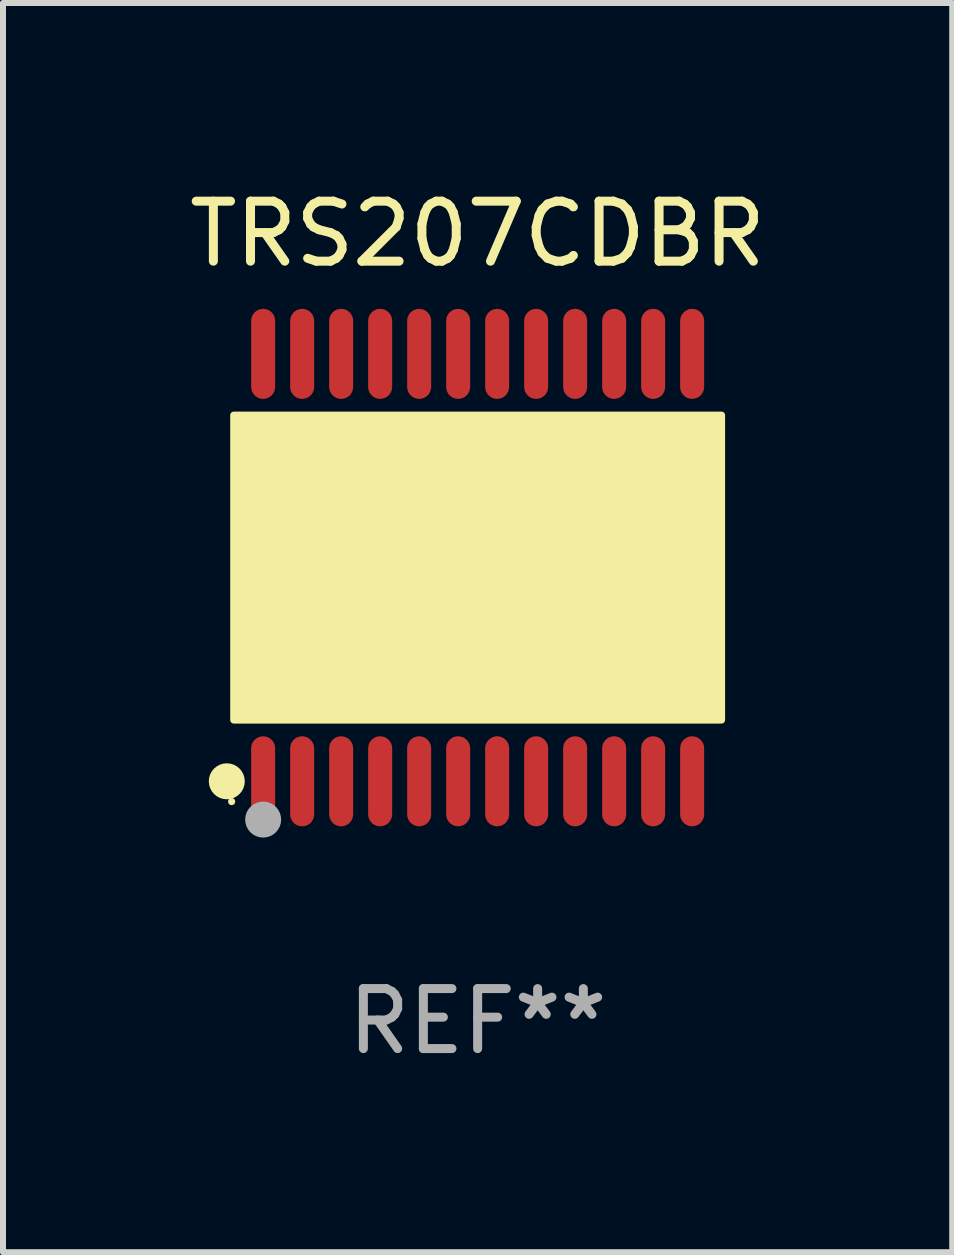
<source format=kicad_pcb>
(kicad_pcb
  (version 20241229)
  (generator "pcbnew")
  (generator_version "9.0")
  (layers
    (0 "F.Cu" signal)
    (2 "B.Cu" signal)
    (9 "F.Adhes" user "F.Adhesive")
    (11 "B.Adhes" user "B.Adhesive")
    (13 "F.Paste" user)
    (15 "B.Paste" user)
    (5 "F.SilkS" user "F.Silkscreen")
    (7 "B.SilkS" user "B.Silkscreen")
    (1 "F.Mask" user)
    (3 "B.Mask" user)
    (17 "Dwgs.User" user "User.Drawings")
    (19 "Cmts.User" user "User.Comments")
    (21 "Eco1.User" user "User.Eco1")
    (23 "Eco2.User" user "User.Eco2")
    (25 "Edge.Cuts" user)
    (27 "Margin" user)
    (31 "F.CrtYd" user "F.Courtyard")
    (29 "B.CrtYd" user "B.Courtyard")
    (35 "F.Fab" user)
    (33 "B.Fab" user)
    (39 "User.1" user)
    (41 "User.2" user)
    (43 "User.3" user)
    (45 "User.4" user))
  (footprint "TRS207CDBR"
    (layer "F.Cu")
    (at 4.911 6.41)
    (property "Reference" "TRS207CDBR" (at 0 -5.562 0) (layer "F.SilkS") (effects (font (size 1 1) (thickness 0.15))))
    (attr through_hole)
    (fp_circle (center -4.181 3.562) (end -4.031 3.562) (stroke (width 0.3) (type solid)) (fill no) (layer "F.SilkS"))
    (fp_circle (center -4.1 3.9) (end -4.07 3.9) (stroke (width 0.06) (type solid)) (fill no) (layer "F.SilkS"))
    (fp_circle (center -3.575 1.819) (end -3.425 1.819) (stroke (width 0.3) (type solid)) (fill no) (layer "F.SilkS"))
    (fp_poly (pts (xy -4.064 -2.54) (xy 4.064 -2.54) (xy 4.064 2.54) (xy -4.064 2.54)) (stroke (width 0.12) (type solid)) (fill yes) (layer "F.SilkS"))
    (fp_circle (center -3.575 4.2) (end -3.425 4.2) (stroke (width 0.3) (type solid)) (fill no) (layer "F.Fab"))
    (fp_text user "REF**" (at 0 7.562 0) (layer "F.Fab") (effects (font (size 1 1) (thickness 0.15))))
    (pad "1" smd oval (at -3.575 3.562) (size 0.4 1.5) (layers "F.Cu" "F.Mask" "F.Paste"))
    (pad "2" smd oval (at -2.925 3.562) (size 0.4 1.5) (layers "F.Cu" "F.Mask" "F.Paste"))
    (pad "3" smd oval (at -2.275 3.562) (size 0.4 1.5) (layers "F.Cu" "F.Mask" "F.Paste"))
    (pad "4" smd oval (at -1.625 3.562) (size 0.4 1.5) (layers "F.Cu" "F.Mask" "F.Paste"))
    (pad "5" smd oval (at -0.975 3.562) (size 0.4 1.5) (layers "F.Cu" "F.Mask" "F.Paste"))
    (pad "6" smd oval (at -0.325 3.562) (size 0.4 1.5) (layers "F.Cu" "F.Mask" "F.Paste"))
    (pad "7" smd oval (at 0.325 3.562) (size 0.4 1.5) (layers "F.Cu" "F.Mask" "F.Paste"))
    (pad "8" smd oval (at 0.975 3.562) (size 0.4 1.5) (layers "F.Cu" "F.Mask" "F.Paste"))
    (pad "9" smd oval (at 1.625 3.562) (size 0.4 1.5) (layers "F.Cu" "F.Mask" "F.Paste"))
    (pad "10" smd oval (at 2.275 3.562) (size 0.4 1.5) (layers "F.Cu" "F.Mask" "F.Paste"))
    (pad "11" smd oval (at 2.925 3.562) (size 0.4 1.5) (layers "F.Cu" "F.Mask" "F.Paste"))
    (pad "12" smd oval (at 3.575 3.562) (size 0.4 1.5) (layers "F.Cu" "F.Mask" "F.Paste"))
    (pad "13" smd oval (at 3.575 -3.562) (size 0.4 1.5) (layers "F.Cu" "F.Mask" "F.Paste"))
    (pad "14" smd oval (at 2.925 -3.562) (size 0.4 1.5) (layers "F.Cu" "F.Mask" "F.Paste"))
    (pad "15" smd oval (at 2.275 -3.562) (size 0.4 1.5) (layers "F.Cu" "F.Mask" "F.Paste"))
    (pad "16" smd oval (at 1.625 -3.562) (size 0.4 1.5) (layers "F.Cu" "F.Mask" "F.Paste"))
    (pad "17" smd oval (at 0.975 -3.562) (size 0.4 1.5) (layers "F.Cu" "F.Mask" "F.Paste"))
    (pad "18" smd oval (at 0.325 -3.562) (size 0.4 1.5) (layers "F.Cu" "F.Mask" "F.Paste"))
    (pad "19" smd oval (at -0.325 -3.562) (size 0.4 1.5) (layers "F.Cu" "F.Mask" "F.Paste"))
    (pad "20" smd oval (at -0.975 -3.562) (size 0.4 1.5) (layers "F.Cu" "F.Mask" "F.Paste"))
    (pad "21" smd oval (at -1.625 -3.562) (size 0.4 1.5) (layers "F.Cu" "F.Mask" "F.Paste"))
    (pad "22" smd oval (at -2.275 -3.562) (size 0.4 1.5) (layers "F.Cu" "F.Mask" "F.Paste"))
    (pad "23" smd oval (at -2.925 -3.562) (size 0.4 1.5) (layers "F.Cu" "F.Mask" "F.Paste"))
    (pad "24" smd oval (at -3.575 -3.562) (size 0.4 1.5) (layers "F.Cu" "F.Mask" "F.Paste")))
  (gr_rect
    (start -3 -3)
    (end 12.821 17.821)
    (stroke (width 0.1) (type default))
    (fill no)
    (layer "Edge.Cuts")))
</source>
